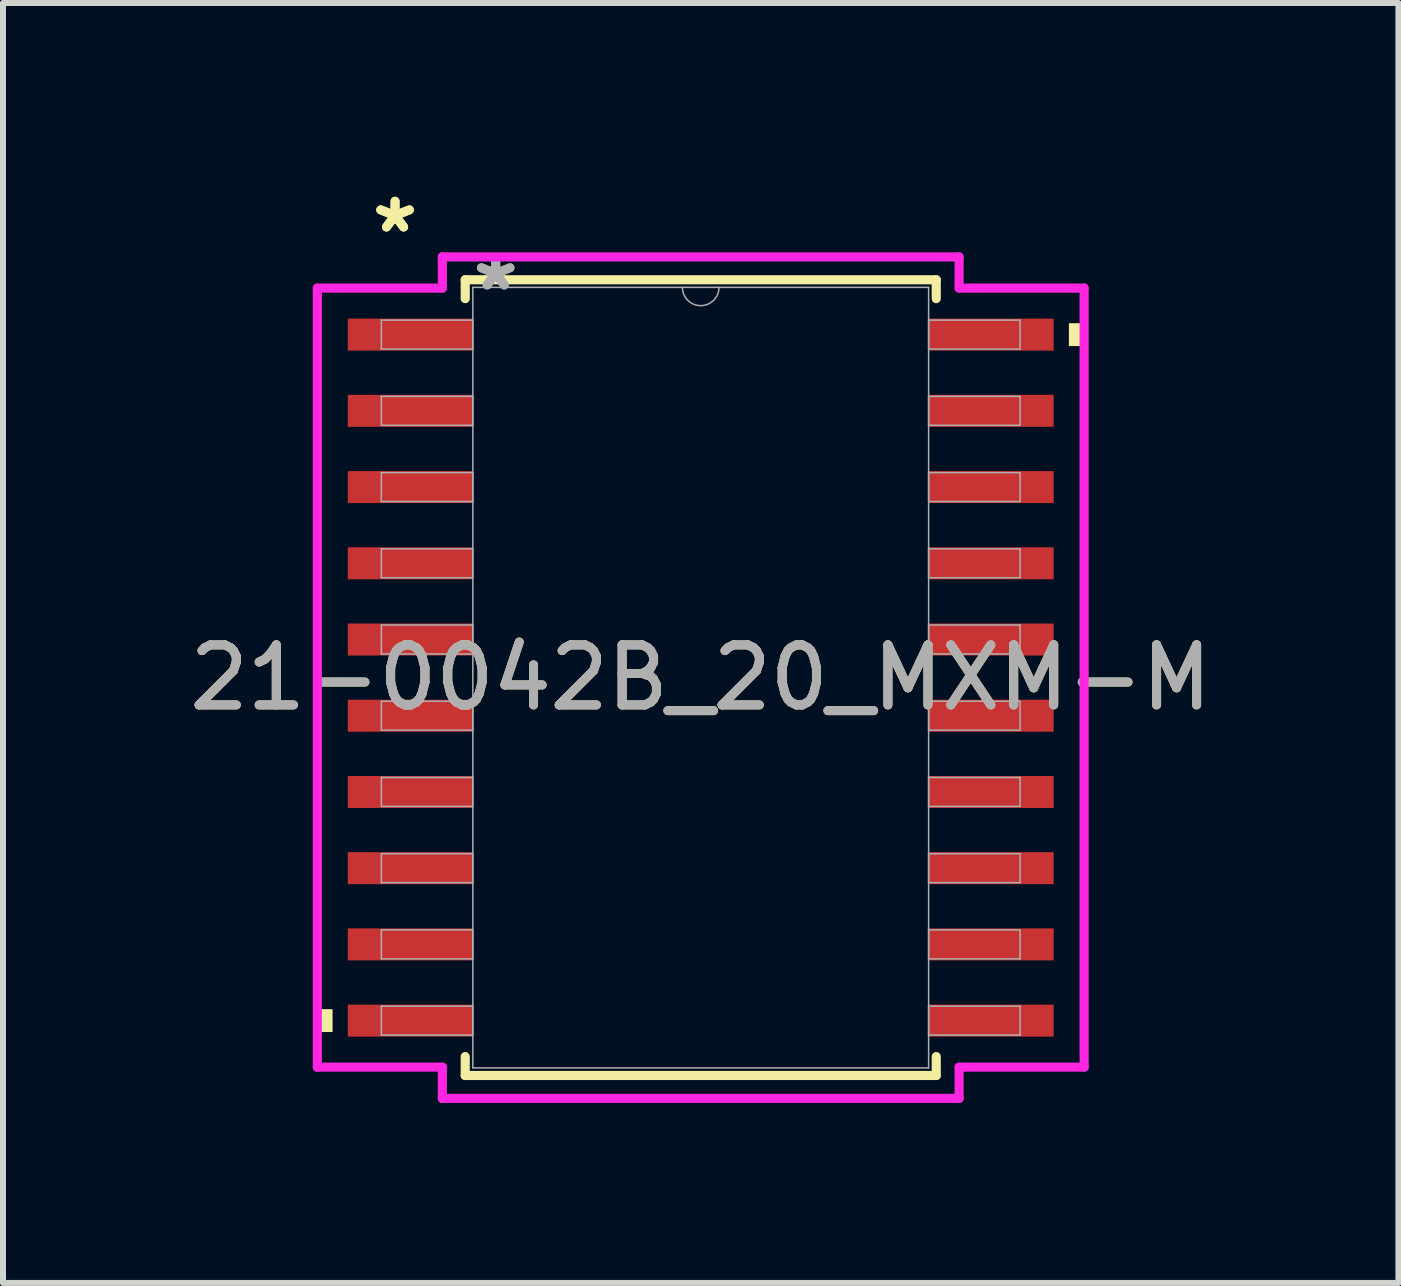
<source format=kicad_pcb>
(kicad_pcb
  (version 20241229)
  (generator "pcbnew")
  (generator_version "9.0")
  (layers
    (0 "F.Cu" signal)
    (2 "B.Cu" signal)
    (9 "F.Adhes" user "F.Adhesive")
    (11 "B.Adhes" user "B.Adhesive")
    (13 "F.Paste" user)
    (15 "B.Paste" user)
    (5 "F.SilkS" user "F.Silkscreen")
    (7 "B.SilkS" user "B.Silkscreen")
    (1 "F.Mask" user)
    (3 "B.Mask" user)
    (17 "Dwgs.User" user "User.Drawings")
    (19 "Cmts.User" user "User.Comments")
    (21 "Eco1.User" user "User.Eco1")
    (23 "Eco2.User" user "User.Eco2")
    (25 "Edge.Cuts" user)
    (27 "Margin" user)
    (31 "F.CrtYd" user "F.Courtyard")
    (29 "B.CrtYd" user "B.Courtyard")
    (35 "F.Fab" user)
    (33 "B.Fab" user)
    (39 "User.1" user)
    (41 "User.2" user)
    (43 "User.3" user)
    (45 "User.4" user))
  (footprint "21-0042B_20_MXM-M"
    (layer "F.Cu")
    (at 8.625 8.24)
    (property "Reference" "21-0042B_20_MXM-M" (at 0 0 0) (unlocked yes) (layer "F.SilkS") (effects (font (size 1 1) (thickness 0.15))))
    (attr smd)
    (fp_line (start -3.924 -6.629) (end -3.924 -6.314) (stroke (width 0.152) (type solid)) (layer "F.SilkS"))
    (fp_line (start -3.924 6.314) (end -3.924 6.629) (stroke (width 0.152) (type solid)) (layer "F.SilkS"))
    (fp_line (start -3.924 6.629) (end 3.924 6.629) (stroke (width 0.152) (type solid)) (layer "F.SilkS"))
    (fp_line (start 3.924 -6.629) (end -3.924 -6.629) (stroke (width 0.152) (type solid)) (layer "F.SilkS"))
    (fp_line (start 3.924 -6.314) (end 3.924 -6.629) (stroke (width 0.152) (type solid)) (layer "F.SilkS"))
    (fp_line (start 3.924 6.629) (end 3.924 6.314) (stroke (width 0.152) (type solid)) (layer "F.SilkS"))
    (fp_poly (pts (xy -6.388 5.524) (xy -6.388 5.905) (xy -6.134 5.905) (xy -6.134 5.524)) (stroke (width 0) (type solid)) (fill yes) (layer "F.SilkS"))
    (fp_poly (pts (xy 6.388 -5.905) (xy 6.388 -5.524) (xy 6.134 -5.524) (xy 6.134 -5.905)) (stroke (width 0) (type solid)) (fill yes) (layer "F.SilkS"))
    (fp_line (start -6.388 -6.49) (end -4.305 -6.49) (stroke (width 0.152) (type solid)) (layer "F.CrtYd"))
    (fp_line (start -6.388 6.49) (end -6.388 -6.49) (stroke (width 0.152) (type solid)) (layer "F.CrtYd"))
    (fp_line (start -6.388 6.49) (end -4.305 6.49) (stroke (width 0.152) (type solid)) (layer "F.CrtYd"))
    (fp_line (start -4.305 -7.01) (end 4.305 -7.01) (stroke (width 0.152) (type solid)) (layer "F.CrtYd"))
    (fp_line (start -4.305 -6.49) (end -4.305 -7.01) (stroke (width 0.152) (type solid)) (layer "F.CrtYd"))
    (fp_line (start -4.305 7.01) (end -4.305 6.49) (stroke (width 0.152) (type solid)) (layer "F.CrtYd"))
    (fp_line (start 4.305 -7.01) (end 4.305 -6.49) (stroke (width 0.152) (type solid)) (layer "F.CrtYd"))
    (fp_line (start 4.305 6.49) (end 4.305 7.01) (stroke (width 0.152) (type solid)) (layer "F.CrtYd"))
    (fp_line (start 4.305 7.01) (end -4.305 7.01) (stroke (width 0.152) (type solid)) (layer "F.CrtYd"))
    (fp_line (start 6.388 -6.49) (end 4.305 -6.49) (stroke (width 0.152) (type solid)) (layer "F.CrtYd"))
    (fp_line (start 6.388 -6.49) (end 6.388 6.49) (stroke (width 0.152) (type solid)) (layer "F.CrtYd"))
    (fp_line (start 6.388 6.49) (end 4.305 6.49) (stroke (width 0.152) (type solid)) (layer "F.CrtYd"))
    (fp_line (start -5.321 -5.956) (end -5.321 -5.474) (stroke (width 0.025) (type solid)) (layer "F.Fab"))
    (fp_line (start -5.321 -5.474) (end -3.797 -5.474) (stroke (width 0.025) (type solid)) (layer "F.Fab"))
    (fp_line (start -5.321 -4.686) (end -5.321 -4.204) (stroke (width 0.025) (type solid)) (layer "F.Fab"))
    (fp_line (start -5.321 -4.204) (end -3.797 -4.204) (stroke (width 0.025) (type solid)) (layer "F.Fab"))
    (fp_line (start -5.321 -3.416) (end -5.321 -2.934) (stroke (width 0.025) (type solid)) (layer "F.Fab"))
    (fp_line (start -5.321 -2.934) (end -3.797 -2.934) (stroke (width 0.025) (type solid)) (layer "F.Fab"))
    (fp_line (start -5.321 -2.146) (end -5.321 -1.664) (stroke (width 0.025) (type solid)) (layer "F.Fab"))
    (fp_line (start -5.321 -1.664) (end -3.797 -1.664) (stroke (width 0.025) (type solid)) (layer "F.Fab"))
    (fp_line (start -5.321 -0.876) (end -5.321 -0.394) (stroke (width 0.025) (type solid)) (layer "F.Fab"))
    (fp_line (start -5.321 -0.394) (end -3.797 -0.394) (stroke (width 0.025) (type solid)) (layer "F.Fab"))
    (fp_line (start -5.321 0.394) (end -5.321 0.876) (stroke (width 0.025) (type solid)) (layer "F.Fab"))
    (fp_line (start -5.321 0.876) (end -3.797 0.876) (stroke (width 0.025) (type solid)) (layer "F.Fab"))
    (fp_line (start -5.321 1.664) (end -5.321 2.146) (stroke (width 0.025) (type solid)) (layer "F.Fab"))
    (fp_line (start -5.321 2.146) (end -3.797 2.146) (stroke (width 0.025) (type solid)) (layer "F.Fab"))
    (fp_line (start -5.321 2.934) (end -5.321 3.416) (stroke (width 0.025) (type solid)) (layer "F.Fab"))
    (fp_line (start -5.321 3.416) (end -3.797 3.416) (stroke (width 0.025) (type solid)) (layer "F.Fab"))
    (fp_line (start -5.321 4.204) (end -5.321 4.686) (stroke (width 0.025) (type solid)) (layer "F.Fab"))
    (fp_line (start -5.321 4.686) (end -3.797 4.686) (stroke (width 0.025) (type solid)) (layer "F.Fab"))
    (fp_line (start -5.321 5.474) (end -5.321 5.956) (stroke (width 0.025) (type solid)) (layer "F.Fab"))
    (fp_line (start -5.321 5.956) (end -3.797 5.956) (stroke (width 0.025) (type solid)) (layer "F.Fab"))
    (fp_line (start -3.797 -6.502) (end -3.797 6.502) (stroke (width 0.025) (type solid)) (layer "F.Fab"))
    (fp_line (start -3.797 -5.956) (end -5.321 -5.956) (stroke (width 0.025) (type solid)) (layer "F.Fab"))
    (fp_line (start -3.797 -5.474) (end -3.797 -5.956) (stroke (width 0.025) (type solid)) (layer "F.Fab"))
    (fp_line (start -3.797 -4.686) (end -5.321 -4.686) (stroke (width 0.025) (type solid)) (layer "F.Fab"))
    (fp_line (start -3.797 -4.204) (end -3.797 -4.686) (stroke (width 0.025) (type solid)) (layer "F.Fab"))
    (fp_line (start -3.797 -3.416) (end -5.321 -3.416) (stroke (width 0.025) (type solid)) (layer "F.Fab"))
    (fp_line (start -3.797 -2.934) (end -3.797 -3.416) (stroke (width 0.025) (type solid)) (layer "F.Fab"))
    (fp_line (start -3.797 -2.146) (end -5.321 -2.146) (stroke (width 0.025) (type solid)) (layer "F.Fab"))
    (fp_line (start -3.797 -1.664) (end -3.797 -2.146) (stroke (width 0.025) (type solid)) (layer "F.Fab"))
    (fp_line (start -3.797 -0.876) (end -5.321 -0.876) (stroke (width 0.025) (type solid)) (layer "F.Fab"))
    (fp_line (start -3.797 -0.394) (end -3.797 -0.876) (stroke (width 0.025) (type solid)) (layer "F.Fab"))
    (fp_line (start -3.797 0.394) (end -5.321 0.394) (stroke (width 0.025) (type solid)) (layer "F.Fab"))
    (fp_line (start -3.797 0.876) (end -3.797 0.394) (stroke (width 0.025) (type solid)) (layer "F.Fab"))
    (fp_line (start -3.797 1.664) (end -5.321 1.664) (stroke (width 0.025) (type solid)) (layer "F.Fab"))
    (fp_line (start -3.797 2.146) (end -3.797 1.664) (stroke (width 0.025) (type solid)) (layer "F.Fab"))
    (fp_line (start -3.797 2.934) (end -5.321 2.934) (stroke (width 0.025) (type solid)) (layer "F.Fab"))
    (fp_line (start -3.797 3.416) (end -3.797 2.934) (stroke (width 0.025) (type solid)) (layer "F.Fab"))
    (fp_line (start -3.797 4.204) (end -5.321 4.204) (stroke (width 0.025) (type solid)) (layer "F.Fab"))
    (fp_line (start -3.797 4.686) (end -3.797 4.204) (stroke (width 0.025) (type solid)) (layer "F.Fab"))
    (fp_line (start -3.797 5.474) (end -5.321 5.474) (stroke (width 0.025) (type solid)) (layer "F.Fab"))
    (fp_line (start -3.797 5.956) (end -3.797 5.474) (stroke (width 0.025) (type solid)) (layer "F.Fab"))
    (fp_line (start -3.797 6.502) (end 3.797 6.502) (stroke (width 0.025) (type solid)) (layer "F.Fab"))
    (fp_line (start 3.797 -6.502) (end -3.797 -6.502) (stroke (width 0.025) (type solid)) (layer "F.Fab"))
    (fp_line (start 3.797 -5.956) (end 3.797 -5.474) (stroke (width 0.025) (type solid)) (layer "F.Fab"))
    (fp_line (start 3.797 -5.474) (end 5.321 -5.474) (stroke (width 0.025) (type solid)) (layer "F.Fab"))
    (fp_line (start 3.797 -4.686) (end 3.797 -4.204) (stroke (width 0.025) (type solid)) (layer "F.Fab"))
    (fp_line (start 3.797 -4.204) (end 5.321 -4.204) (stroke (width 0.025) (type solid)) (layer "F.Fab"))
    (fp_line (start 3.797 -3.416) (end 3.797 -2.934) (stroke (width 0.025) (type solid)) (layer "F.Fab"))
    (fp_line (start 3.797 -2.934) (end 5.321 -2.934) (stroke (width 0.025) (type solid)) (layer "F.Fab"))
    (fp_line (start 3.797 -2.146) (end 3.797 -1.664) (stroke (width 0.025) (type solid)) (layer "F.Fab"))
    (fp_line (start 3.797 -1.664) (end 5.321 -1.664) (stroke (width 0.025) (type solid)) (layer "F.Fab"))
    (fp_line (start 3.797 -0.876) (end 3.797 -0.394) (stroke (width 0.025) (type solid)) (layer "F.Fab"))
    (fp_line (start 3.797 -0.394) (end 5.321 -0.394) (stroke (width 0.025) (type solid)) (layer "F.Fab"))
    (fp_line (start 3.797 0.394) (end 3.797 0.876) (stroke (width 0.025) (type solid)) (layer "F.Fab"))
    (fp_line (start 3.797 0.876) (end 5.321 0.876) (stroke (width 0.025) (type solid)) (layer "F.Fab"))
    (fp_line (start 3.797 1.664) (end 3.797 2.146) (stroke (width 0.025) (type solid)) (layer "F.Fab"))
    (fp_line (start 3.797 2.146) (end 5.321 2.146) (stroke (width 0.025) (type solid)) (layer "F.Fab"))
    (fp_line (start 3.797 2.934) (end 3.797 3.416) (stroke (width 0.025) (type solid)) (layer "F.Fab"))
    (fp_line (start 3.797 3.416) (end 5.321 3.416) (stroke (width 0.025) (type solid)) (layer "F.Fab"))
    (fp_line (start 3.797 4.204) (end 3.797 4.686) (stroke (width 0.025) (type solid)) (layer "F.Fab"))
    (fp_line (start 3.797 4.686) (end 5.321 4.686) (stroke (width 0.025) (type solid)) (layer "F.Fab"))
    (fp_line (start 3.797 5.474) (end 3.797 5.956) (stroke (width 0.025) (type solid)) (layer "F.Fab"))
    (fp_line (start 3.797 5.956) (end 5.321 5.956) (stroke (width 0.025) (type solid)) (layer "F.Fab"))
    (fp_line (start 3.797 6.502) (end 3.797 -6.502) (stroke (width 0.025) (type solid)) (layer "F.Fab"))
    (fp_line (start 5.321 -5.956) (end 3.797 -5.956) (stroke (width 0.025) (type solid)) (layer "F.Fab"))
    (fp_line (start 5.321 -5.474) (end 5.321 -5.956) (stroke (width 0.025) (type solid)) (layer "F.Fab"))
    (fp_line (start 5.321 -4.686) (end 3.797 -4.686) (stroke (width 0.025) (type solid)) (layer "F.Fab"))
    (fp_line (start 5.321 -4.204) (end 5.321 -4.686) (stroke (width 0.025) (type solid)) (layer "F.Fab"))
    (fp_line (start 5.321 -3.416) (end 3.797 -3.416) (stroke (width 0.025) (type solid)) (layer "F.Fab"))
    (fp_line (start 5.321 -2.934) (end 5.321 -3.416) (stroke (width 0.025) (type solid)) (layer "F.Fab"))
    (fp_line (start 5.321 -2.146) (end 3.797 -2.146) (stroke (width 0.025) (type solid)) (layer "F.Fab"))
    (fp_line (start 5.321 -1.664) (end 5.321 -2.146) (stroke (width 0.025) (type solid)) (layer "F.Fab"))
    (fp_line (start 5.321 -0.876) (end 3.797 -0.876) (stroke (width 0.025) (type solid)) (layer "F.Fab"))
    (fp_line (start 5.321 -0.394) (end 5.321 -0.876) (stroke (width 0.025) (type solid)) (layer "F.Fab"))
    (fp_line (start 5.321 0.394) (end 3.797 0.394) (stroke (width 0.025) (type solid)) (layer "F.Fab"))
    (fp_line (start 5.321 0.876) (end 5.321 0.394) (stroke (width 0.025) (type solid)) (layer "F.Fab"))
    (fp_line (start 5.321 1.664) (end 3.797 1.664) (stroke (width 0.025) (type solid)) (layer "F.Fab"))
    (fp_line (start 5.321 2.146) (end 5.321 1.664) (stroke (width 0.025) (type solid)) (layer "F.Fab"))
    (fp_line (start 5.321 2.934) (end 3.797 2.934) (stroke (width 0.025) (type solid)) (layer "F.Fab"))
    (fp_line (start 5.321 3.416) (end 5.321 2.934) (stroke (width 0.025) (type solid)) (layer "F.Fab"))
    (fp_line (start 5.321 4.204) (end 3.797 4.204) (stroke (width 0.025) (type solid)) (layer "F.Fab"))
    (fp_line (start 5.321 4.686) (end 5.321 4.204) (stroke (width 0.025) (type solid)) (layer "F.Fab"))
    (fp_line (start 5.321 5.474) (end 3.797 5.474) (stroke (width 0.025) (type solid)) (layer "F.Fab"))
    (fp_line (start 5.321 5.956) (end 5.321 5.474) (stroke (width 0.025) (type solid)) (layer "F.Fab"))
    (fp_arc (start 0.3048 -6.5024) (mid 0 -6.1976) (end -0.3048 -6.5024) (stroke (width 0.0254) (type solid)) (layer "F.Fab"))
    (fp_text user "*" (at -5.093 -7.391 0) (layer "F.SilkS") (effects (font (size 1 1) (thickness 0.15))))
    (fp_text user "*" (at -5.093 -7.391 0) (unlocked yes) (layer "F.SilkS") (effects (font (size 1 1) (thickness 0.15))))
    (fp_text user "*" (at -3.416 -6.426 0) (layer "F.Fab") (effects (font (size 1 1) (thickness 0.15))))
    (fp_text user "*" (at -3.416 -6.426 0) (unlocked yes) (layer "F.Fab") (effects (font (size 1 1) (thickness 0.15))))
    (fp_text user "${REFERENCE}" (at 0 0 0) (unlocked yes) (layer "F.Fab") (effects (font (size 1 1) (thickness 0.15))))
    (pad "1" smd rect (at -4.839 -5.715) (size 2.083 0.533) (layers "F.Cu" "F.Mask" "F.Paste"))
    (pad "2" smd rect (at -4.839 -4.445) (size 2.083 0.533) (layers "F.Cu" "F.Mask" "F.Paste"))
    (pad "3" smd rect (at -4.839 -3.175) (size 2.083 0.533) (layers "F.Cu" "F.Mask" "F.Paste"))
    (pad "4" smd rect (at -4.839 -1.905) (size 2.083 0.533) (layers "F.Cu" "F.Mask" "F.Paste"))
    (pad "5" smd rect (at -4.839 -0.635) (size 2.083 0.533) (layers "F.Cu" "F.Mask" "F.Paste"))
    (pad "6" smd rect (at -4.839 0.635) (size 2.083 0.533) (layers "F.Cu" "F.Mask" "F.Paste"))
    (pad "7" smd rect (at -4.839 1.905) (size 2.083 0.533) (layers "F.Cu" "F.Mask" "F.Paste"))
    (pad "8" smd rect (at -4.839 3.175) (size 2.083 0.533) (layers "F.Cu" "F.Mask" "F.Paste"))
    (pad "9" smd rect (at -4.839 4.445) (size 2.083 0.533) (layers "F.Cu" "F.Mask" "F.Paste"))
    (pad "10" smd rect (at -4.839 5.715) (size 2.083 0.533) (layers "F.Cu" "F.Mask" "F.Paste"))
    (pad "11" smd rect (at 4.839 5.715) (size 2.083 0.533) (layers "F.Cu" "F.Mask" "F.Paste"))
    (pad "12" smd rect (at 4.839 4.445) (size 2.083 0.533) (layers "F.Cu" "F.Mask" "F.Paste"))
    (pad "13" smd rect (at 4.839 3.175) (size 2.083 0.533) (layers "F.Cu" "F.Mask" "F.Paste"))
    (pad "14" smd rect (at 4.839 1.905) (size 2.083 0.533) (layers "F.Cu" "F.Mask" "F.Paste"))
    (pad "15" smd rect (at 4.839 0.635) (size 2.083 0.533) (layers "F.Cu" "F.Mask" "F.Paste"))
    (pad "16" smd rect (at 4.839 -0.635) (size 2.083 0.533) (layers "F.Cu" "F.Mask" "F.Paste"))
    (pad "17" smd rect (at 4.839 -1.905) (size 2.083 0.533) (layers "F.Cu" "F.Mask" "F.Paste"))
    (pad "18" smd rect (at 4.839 -3.175) (size 2.083 0.533) (layers "F.Cu" "F.Mask" "F.Paste"))
    (pad "19" smd rect (at 4.839 -4.445) (size 2.083 0.533) (layers "F.Cu" "F.Mask" "F.Paste"))
    (pad "20" smd rect (at 4.839 -5.715) (size 2.083 0.533) (layers "F.Cu" "F.Mask" "F.Paste")))
  (gr_rect
    (start -3 -3)
    (end 20.25 18.326)
    (stroke (width 0.1) (type default))
    (fill no)
    (layer "Edge.Cuts")))
</source>
